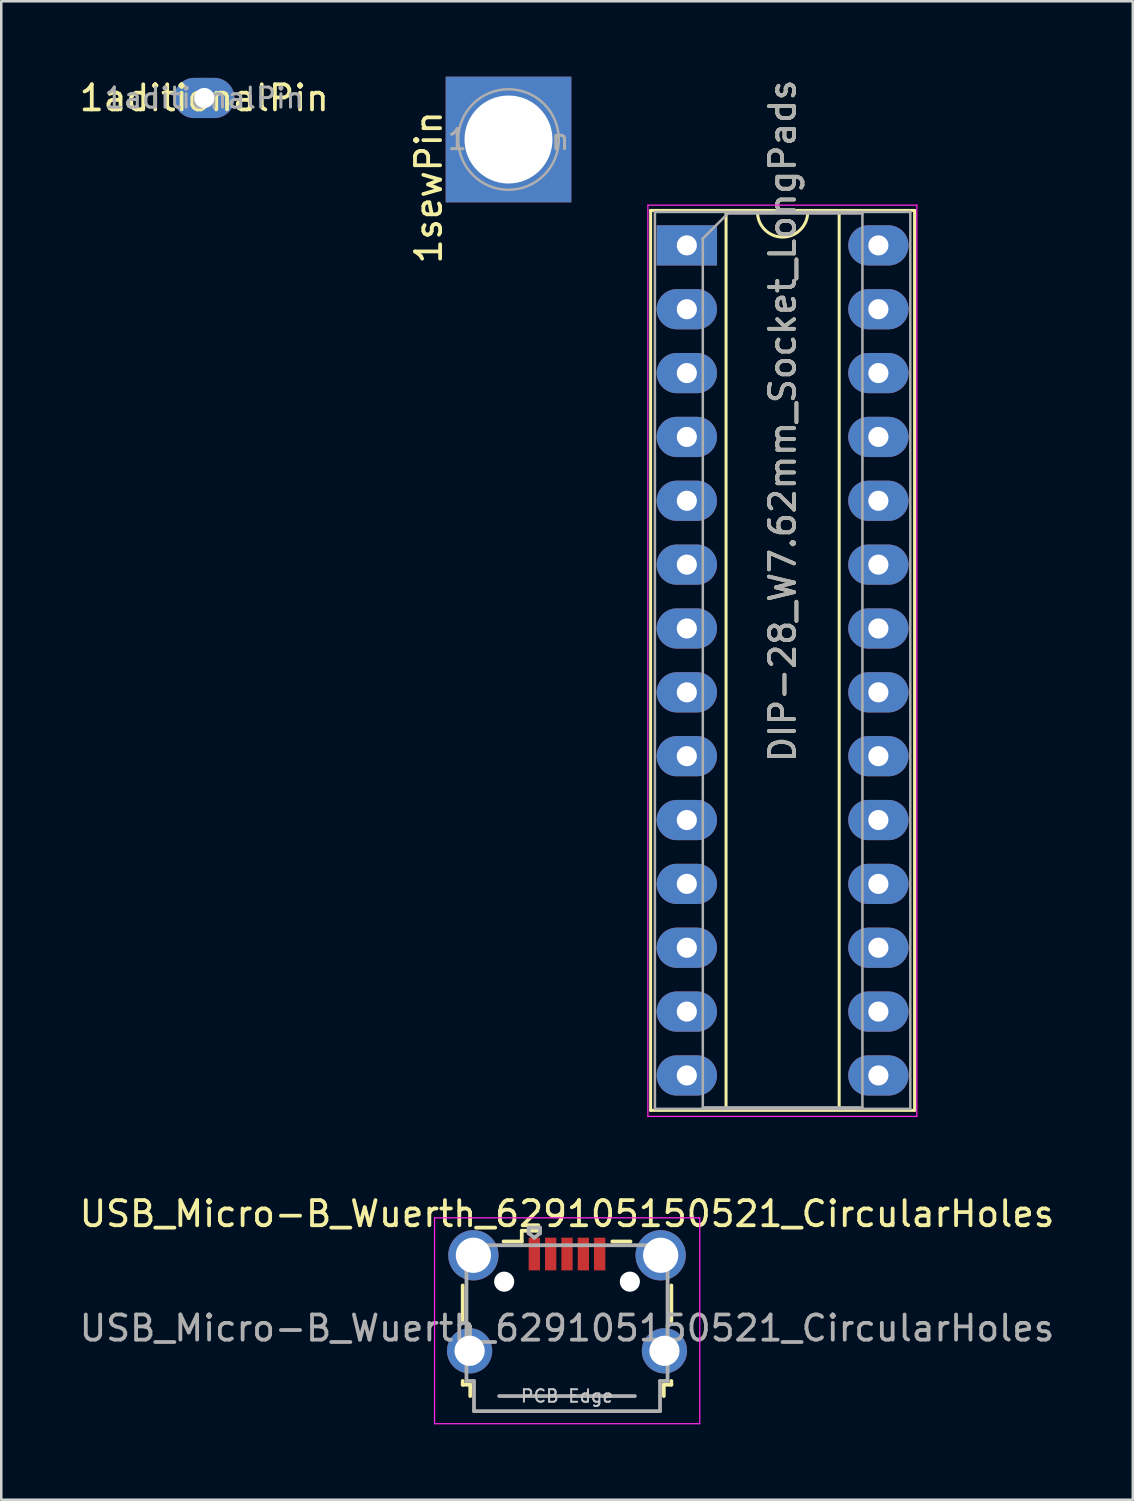
<source format=kicad_pcb>
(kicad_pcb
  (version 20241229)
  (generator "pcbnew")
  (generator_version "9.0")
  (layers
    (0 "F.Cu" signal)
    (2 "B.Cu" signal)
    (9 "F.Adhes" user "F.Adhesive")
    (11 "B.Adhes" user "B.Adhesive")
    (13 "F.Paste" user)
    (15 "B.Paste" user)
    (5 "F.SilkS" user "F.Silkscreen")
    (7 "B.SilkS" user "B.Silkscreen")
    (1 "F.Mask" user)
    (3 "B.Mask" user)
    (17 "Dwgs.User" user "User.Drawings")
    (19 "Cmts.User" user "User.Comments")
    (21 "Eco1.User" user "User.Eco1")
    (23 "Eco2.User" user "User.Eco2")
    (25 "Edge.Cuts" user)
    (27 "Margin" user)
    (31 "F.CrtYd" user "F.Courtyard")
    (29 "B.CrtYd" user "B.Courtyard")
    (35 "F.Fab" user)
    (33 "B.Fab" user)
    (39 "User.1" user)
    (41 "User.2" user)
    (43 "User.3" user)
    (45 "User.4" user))
  (footprint "1aditionalPin"
    (layer "F.Cu")
    (at 5.077 0.848)
    (property "Reference" "1aditionalPin" (at 0 0 0) (layer "F.SilkS") (effects (font (size 1 1) (thickness 0.15))))
    (attr through_hole)
    (fp_text user "${REFERENCE}" (at 0 0 0) (layer "F.Fab") (effects (font (size 0.8 0.8) (thickness 0.12))))
    (pad "1" thru_hole oval (at 0 0) (size 2.4 1.6) (drill 0.8) (layers "*.Cu" "*.Mask")))
  (footprint "DIP-28_W7.62mm_Socket_LongPads"
    (layer "F.Cu")
    (at 24.272 6.711)
    (property "Reference" "DIP-28_W7.62mm_Socket_LongPads" (at 3.81 6.985 90) (layer "F.SilkS") (effects (font (size 1 1) (thickness 0.15))))
    (attr through_hole)
    (fp_line (start -1.44 -1.39) (end -1.44 34.41) (stroke (width 0.12) (type solid)) (layer "F.SilkS"))
    (fp_line (start -1.44 34.41) (end 9.06 34.41) (stroke (width 0.12) (type solid)) (layer "F.SilkS"))
    (fp_line (start 1.56 -1.33) (end 1.56 34.35) (stroke (width 0.12) (type solid)) (layer "F.SilkS"))
    (fp_line (start 1.56 34.35) (end 6.06 34.35) (stroke (width 0.12) (type solid)) (layer "F.SilkS"))
    (fp_line (start 2.81 -1.33) (end 1.56 -1.33) (stroke (width 0.12) (type solid)) (layer "F.SilkS"))
    (fp_line (start 6.06 -1.33) (end 4.81 -1.33) (stroke (width 0.12) (type solid)) (layer "F.SilkS"))
    (fp_line (start 6.06 34.35) (end 6.06 -1.33) (stroke (width 0.12) (type solid)) (layer "F.SilkS"))
    (fp_line (start 9.06 -1.39) (end -1.44 -1.39) (stroke (width 0.12) (type solid)) (layer "F.SilkS"))
    (fp_line (start 9.06 34.41) (end 9.06 -1.39) (stroke (width 0.12) (type solid)) (layer "F.SilkS"))
    (fp_arc (start 4.81 -1.33) (mid 3.81 -0.33) (end 2.81 -1.33) (stroke (width 0.12) (type solid)) (layer "F.SilkS"))
    (fp_line (start -1.55 -1.6) (end -1.55 34.65) (stroke (width 0.05) (type solid)) (layer "F.CrtYd"))
    (fp_line (start -1.55 34.65) (end 9.15 34.65) (stroke (width 0.05) (type solid)) (layer "F.CrtYd"))
    (fp_line (start 9.15 -1.6) (end -1.55 -1.6) (stroke (width 0.05) (type solid)) (layer "F.CrtYd"))
    (fp_line (start 9.15 34.65) (end 9.15 -1.6) (stroke (width 0.05) (type solid)) (layer "F.CrtYd"))
    (fp_line (start -1.27 -1.33) (end -1.27 34.35) (stroke (width 0.1) (type solid)) (layer "F.Fab"))
    (fp_line (start -1.27 34.35) (end 8.89 34.35) (stroke (width 0.1) (type solid)) (layer "F.Fab"))
    (fp_line (start 0.635 -0.27) (end 1.635 -1.27) (stroke (width 0.1) (type solid)) (layer "F.Fab"))
    (fp_line (start 0.635 34.29) (end 0.635 -0.27) (stroke (width 0.1) (type solid)) (layer "F.Fab"))
    (fp_line (start 1.635 -1.27) (end 6.985 -1.27) (stroke (width 0.1) (type solid)) (layer "F.Fab"))
    (fp_line (start 6.985 -1.27) (end 6.985 34.29) (stroke (width 0.1) (type solid)) (layer "F.Fab"))
    (fp_line (start 6.985 34.29) (end 0.635 34.29) (stroke (width 0.1) (type solid)) (layer "F.Fab"))
    (fp_line (start 8.89 -1.33) (end -1.27 -1.33) (stroke (width 0.1) (type solid)) (layer "F.Fab"))
    (fp_line (start 8.89 34.35) (end 8.89 -1.33) (stroke (width 0.1) (type solid)) (layer "F.Fab"))
    (fp_text user "${REFERENCE}" (at 3.81 6.985 90) (layer "F.Fab") (effects (font (size 1 1) (thickness 0.15))))
    (pad "1" thru_hole rect (at 0 0) (size 2.4 1.6) (drill 0.8) (layers "*.Cu" "*.Mask"))
    (pad "2" thru_hole oval (at 0 2.54) (size 2.4 1.6) (drill 0.8) (layers "*.Cu" "*.Mask"))
    (pad "3" thru_hole oval (at 0 5.08) (size 2.4 1.6) (drill 0.8) (layers "*.Cu" "*.Mask"))
    (pad "4" thru_hole oval (at 0 7.62) (size 2.4 1.6) (drill 0.8) (layers "*.Cu" "*.Mask"))
    (pad "5" thru_hole oval (at 0 10.16) (size 2.4 1.6) (drill 0.8) (layers "*.Cu" "*.Mask"))
    (pad "6" thru_hole oval (at 0 12.7) (size 2.4 1.6) (drill 0.8) (layers "*.Cu" "*.Mask"))
    (pad "7" thru_hole oval (at 0 15.24) (size 2.4 1.6) (drill 0.8) (layers "*.Cu" "*.Mask"))
    (pad "8" thru_hole oval (at 0 17.78) (size 2.4 1.6) (drill 0.8) (layers "*.Cu" "*.Mask"))
    (pad "9" thru_hole oval (at 0 20.32) (size 2.4 1.6) (drill 0.8) (layers "*.Cu" "*.Mask"))
    (pad "10" thru_hole oval (at 0 22.86) (size 2.4 1.6) (drill 0.8) (layers "*.Cu" "*.Mask"))
    (pad "11" thru_hole oval (at 0 25.4) (size 2.4 1.6) (drill 0.8) (layers "*.Cu" "*.Mask"))
    (pad "12" thru_hole oval (at 0 27.94) (size 2.4 1.6) (drill 0.8) (layers "*.Cu" "*.Mask"))
    (pad "13" thru_hole oval (at 0 30.48) (size 2.4 1.6) (drill 0.8) (layers "*.Cu" "*.Mask"))
    (pad "14" thru_hole oval (at 0 33.02) (size 2.4 1.6) (drill 0.8) (layers "*.Cu" "*.Mask"))
    (pad "15" thru_hole oval (at 7.62 33.02) (size 2.4 1.6) (drill 0.8) (layers "*.Cu" "*.Mask"))
    (pad "16" thru_hole oval (at 7.62 30.48) (size 2.4 1.6) (drill 0.8) (layers "*.Cu" "*.Mask"))
    (pad "17" thru_hole oval (at 7.62 27.94) (size 2.4 1.6) (drill 0.8) (layers "*.Cu" "*.Mask"))
    (pad "18" thru_hole oval (at 7.62 25.4) (size 2.4 1.6) (drill 0.8) (layers "*.Cu" "*.Mask"))
    (pad "19" thru_hole oval (at 7.62 22.86) (size 2.4 1.6) (drill 0.8) (layers "*.Cu" "*.Mask"))
    (pad "20" thru_hole oval (at 7.62 20.32) (size 2.4 1.6) (drill 0.8) (layers "*.Cu" "*.Mask"))
    (pad "21" thru_hole oval (at 7.62 17.78) (size 2.4 1.6) (drill 0.8) (layers "*.Cu" "*.Mask"))
    (pad "22" thru_hole oval (at 7.62 15.24) (size 2.4 1.6) (drill 0.8) (layers "*.Cu" "*.Mask"))
    (pad "23" thru_hole oval (at 7.62 12.7) (size 2.4 1.6) (drill 0.8) (layers "*.Cu" "*.Mask"))
    (pad "24" thru_hole oval (at 7.62 10.16) (size 2.4 1.6) (drill 0.8) (layers "*.Cu" "*.Mask"))
    (pad "25" thru_hole oval (at 7.62 7.62) (size 2.4 1.6) (drill 0.8) (layers "*.Cu" "*.Mask"))
    (pad "26" thru_hole oval (at 7.62 5.08) (size 2.4 1.6) (drill 0.8) (layers "*.Cu" "*.Mask"))
    (pad "27" thru_hole oval (at 7.62 2.54) (size 2.4 1.6) (drill 0.8) (layers "*.Cu" "*.Mask"))
    (pad "28" thru_hole oval (at 7.62 0) (size 2.4 1.6) (drill 0.8) (layers "*.Cu" "*.Mask")))
  (footprint "1sewPin"
    (layer "F.Cu")
    (at 17.178 2.5)
    (property "Reference" "1sewPin" (at -3.175 1.905 90) (layer "F.SilkS") (effects (font (size 1 1) (thickness 0.15))))
    (attr through_hole)
    (fp_circle (center 0 0) (end 2 0) (stroke (width 0.1) (type solid)) (fill no) (layer "F.Fab"))
    (fp_text user "${REFERENCE}" (at 0 0 0) (layer "F.Fab") (effects (font (size 0.8 0.8) (thickness 0.12))))
    (pad "1" thru_hole rect (at 0 0) (size 5 5) (drill 3.5) (layers "*.Cu" "*.Mask")))
  (footprint "USB_Micro-B_Wuerth_629105150521_CircularHoles"
    (layer "F.Cu")
    (at 19.506 48.735)
    (property "Reference" "USB_Micro-B_Wuerth_629105150521_CircularHoles" (at 0 -3.5 180) (layer "F.SilkS") (effects (font (size 1 1) (thickness 0.15))))
    (attr smd)
    (fp_line (start -4.15 -0.65) (end -4.15 0.75) (stroke (width 0.15) (type solid)) (layer "F.SilkS"))
    (fp_line (start -4.15 3.15) (end -4.15 3.3) (stroke (width 0.15) (type solid)) (layer "F.SilkS"))
    (fp_line (start -4.15 3.3) (end -3.85 3.3) (stroke (width 0.15) (type solid)) (layer "F.SilkS"))
    (fp_line (start -3.85 3.3) (end -3.85 3.75) (stroke (width 0.15) (type solid)) (layer "F.SilkS"))
    (fp_line (start -1.8 -2.825) (end -1.8 -2.4) (stroke (width 0.15) (type solid)) (layer "F.SilkS"))
    (fp_line (start -1.8 -2.4) (end -2.525 -2.4) (stroke (width 0.15) (type solid)) (layer "F.SilkS"))
    (fp_line (start -1.075 -2.825) (end -1.8 -2.825) (stroke (width 0.15) (type solid)) (layer "F.SilkS"))
    (fp_line (start 1.8 -2.4) (end 2.525 -2.4) (stroke (width 0.15) (type solid)) (layer "F.SilkS"))
    (fp_line (start 3.85 3.3) (end 4.15 3.3) (stroke (width 0.15) (type solid)) (layer "F.SilkS"))
    (fp_line (start 3.85 3.75) (end 3.85 3.3) (stroke (width 0.15) (type solid)) (layer "F.SilkS"))
    (fp_line (start 4.15 0.75) (end 4.15 -0.65) (stroke (width 0.15) (type solid)) (layer "F.SilkS"))
    (fp_line (start 4.15 3.3) (end 4.15 3.15) (stroke (width 0.15) (type solid)) (layer "F.SilkS"))
    (fp_line (start -5.27 -3.34) (end -5.27 4.85) (stroke (width 0.05) (type solid)) (layer "F.CrtYd"))
    (fp_line (start -5.27 4.85) (end 5.28 4.85) (stroke (width 0.05) (type solid)) (layer "F.CrtYd"))
    (fp_line (start 5.28 -3.34) (end -5.27 -3.34) (stroke (width 0.05) (type solid)) (layer "F.CrtYd"))
    (fp_line (start 5.28 4.85) (end 5.28 -3.34) (stroke (width 0.05) (type solid)) (layer "F.CrtYd"))
    (fp_line (start -4 -2.25) (end -4 3.15) (stroke (width 0.15) (type solid)) (layer "F.Fab"))
    (fp_line (start -4 3.15) (end -3.7 3.15) (stroke (width 0.15) (type solid)) (layer "F.Fab"))
    (fp_line (start -3.7 3.15) (end -3.7 4.35) (stroke (width 0.15) (type solid)) (layer "F.Fab"))
    (fp_line (start -3.7 4.35) (end 3.7 4.35) (stroke (width 0.15) (type solid)) (layer "F.Fab"))
    (fp_line (start -2.7 3.75) (end 2.7 3.75) (stroke (width 0.15) (type solid)) (layer "F.Fab"))
    (fp_line (start -1.525 -2.95) (end -1.075 -2.95) (stroke (width 0.15) (type solid)) (layer "F.Fab"))
    (fp_line (start -1.525 -2.725) (end -1.525 -2.95) (stroke (width 0.15) (type solid)) (layer "F.Fab"))
    (fp_line (start -1.3 -2.55) (end -1.525 -2.725) (stroke (width 0.15) (type solid)) (layer "F.Fab"))
    (fp_line (start -1.075 -2.95) (end -1.075 -2.725) (stroke (width 0.15) (type solid)) (layer "F.Fab"))
    (fp_line (start -1.075 -2.725) (end -1.3 -2.55) (stroke (width 0.15) (type solid)) (layer "F.Fab"))
    (fp_line (start 3.7 3.15) (end 4 3.15) (stroke (width 0.15) (type solid)) (layer "F.Fab"))
    (fp_line (start 3.7 4.35) (end 3.7 3.15) (stroke (width 0.15) (type solid)) (layer "F.Fab"))
    (fp_line (start 4 -2.25) (end -4 -2.25) (stroke (width 0.15) (type solid)) (layer "F.Fab"))
    (fp_line (start 4 3.15) (end 4 -2.25) (stroke (width 0.15) (type solid)) (layer "F.Fab"))
    (fp_text user "PCB Edge" (at 0 3.75 180) (layer "Dwgs.User") (effects (font (size 0.5 0.5) (thickness 0.08))))
    (fp_text user "${REFERENCE}" (at 0 1.05 180) (layer "F.Fab") (effects (font (size 1 1) (thickness 0.15))))
    (pad "" np_thru_hole circle (at -2.5 -0.8) (size 0.8 0.8) (drill 0.8) (layers "*.Cu" "*.Mask"))
    (pad "" np_thru_hole circle (at 2.5 -0.8) (size 0.8 0.8) (drill 0.8) (layers "*.Cu" "*.Mask"))
    (pad "1" smd rect (at -1.3 -1.9) (size 0.45 1.3) (layers "F.Cu" "F.Mask" "F.Paste"))
    (pad "2" smd rect (at -0.65 -1.9) (size 0.45 1.3) (layers "F.Cu" "F.Mask" "F.Paste"))
    (pad "3" smd rect (at 0 -1.9) (size 0.45 1.3) (layers "F.Cu" "F.Mask" "F.Paste"))
    (pad "4" smd rect (at 0.65 -1.9) (size 0.45 1.3) (layers "F.Cu" "F.Mask" "F.Paste"))
    (pad "5" smd rect (at 1.3 -1.9) (size 0.45 1.3) (layers "F.Cu" "F.Mask" "F.Paste"))
    (pad "6" thru_hole circle (at -3.875 1.95) (size 1.8 1.8) (drill 1.2) (layers "*.Cu" "*.Mask"))
    (pad "6" thru_hole circle (at -3.725 -1.85) (size 2 2) (drill 1.4) (layers "*.Cu" "*.Mask"))
    (pad "6" thru_hole circle (at 3.725 -1.85) (size 2 2) (drill 1.4) (layers "*.Cu" "*.Mask"))
    (pad "6" thru_hole circle (at 3.875 1.95) (size 1.8 1.8) (drill 1.2) (layers "*.Cu" "*.Mask")))
  (gr_rect
    (start -3 -3)
    (end 42.012 56.61)
    (stroke (width 0.1) (type default))
    (fill no)
    (layer "Edge.Cuts")))
</source>
